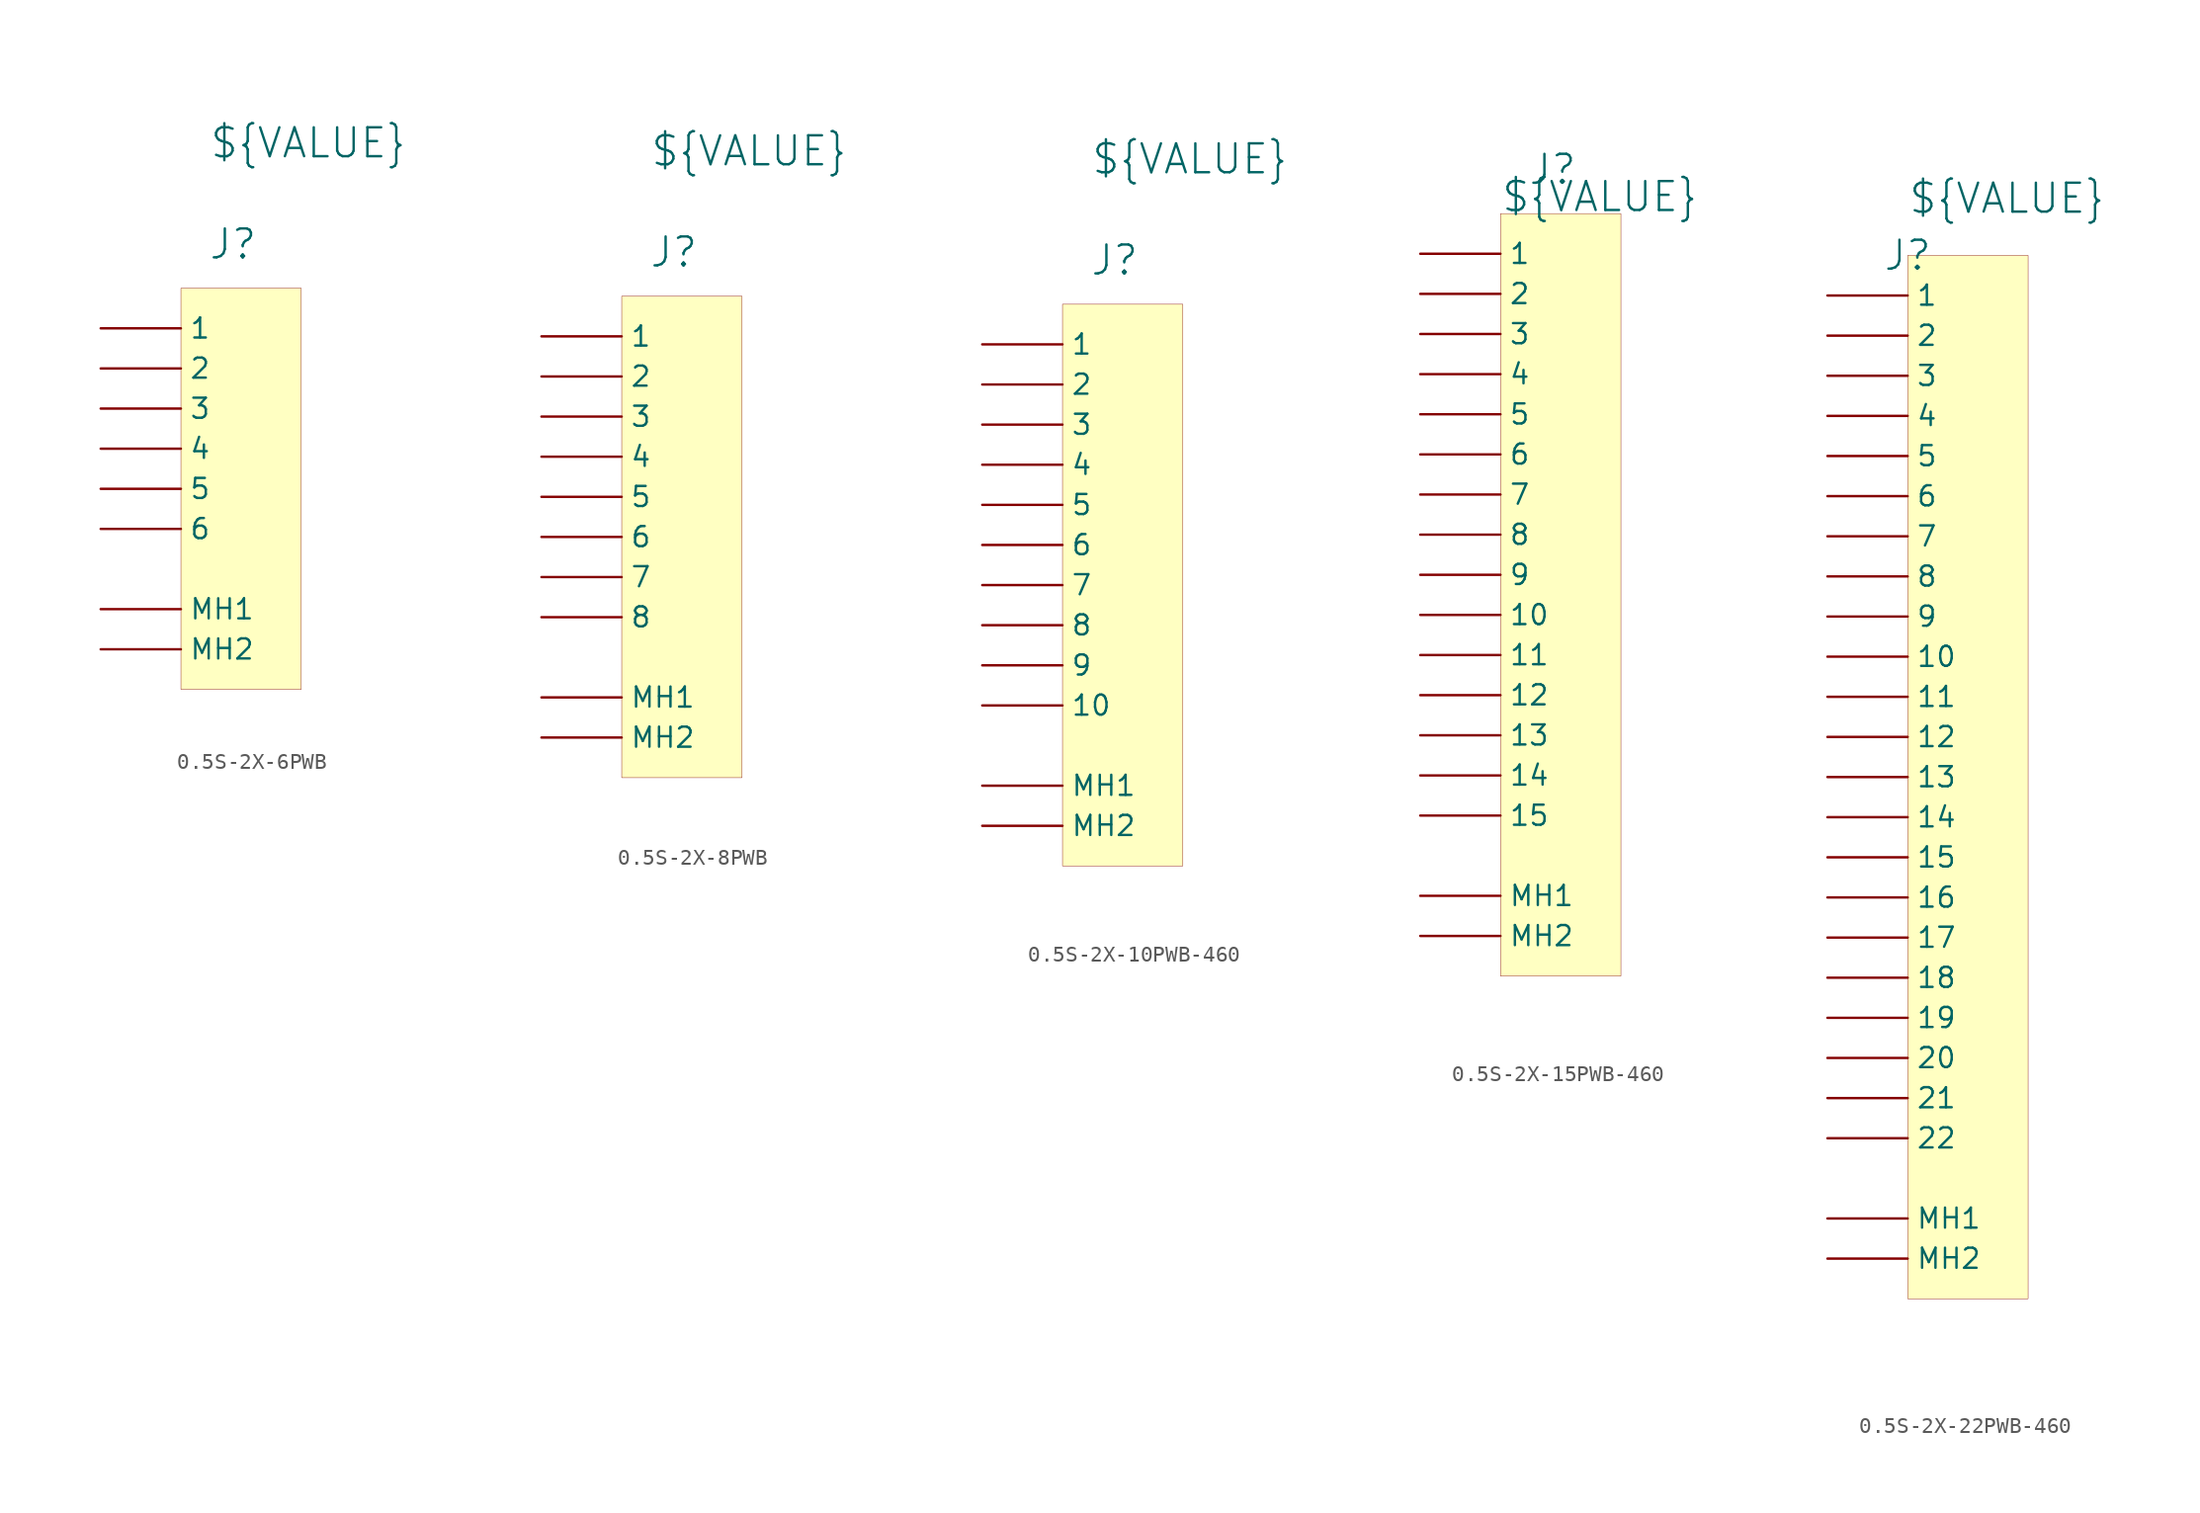
<source format=kicad_sym>
(kicad_symbol_lib
  (version 20241209)
  (generator "kicad_symbol_editor")
  (generator_version "9.0")
  (symbol "0.5S-2X-6PWB"
    (pin_numbers
      (hide yes))
    (property "Reference" "J"
      (at 3.302 2.794 0)
      (effects (font (size 1.829 1.829))))
    (property "Value" "${VALUE}"
      (at 1.778 8.128 0)
      (effects (font (size 1.829 1.829)) (justify left bottom)))
    (symbol "0.5S-2X-6PWB_1_0"
      (rectangle (start 7.62 0) (end 0 -25.4) (stroke (width 0.025) (type solid) (color 128 0 0 1)) (fill (type background)))
      (pin passive line (at -5.08 -2.54 0) (length 5.08) (name "1" (effects (font (size 1.27 1.27)))) (number "1" (effects (font (size 1.27 1.27)))))
      (pin passive line (at -5.08 -5.08 0) (length 5.08) (name "2" (effects (font (size 1.27 1.27)))) (number "2" (effects (font (size 1.27 1.27)))))
      (pin passive line (at -5.08 -7.62 0) (length 5.08) (name "3" (effects (font (size 1.27 1.27)))) (number "3" (effects (font (size 1.27 1.27)))))
      (pin passive line (at -5.08 -10.16 0) (length 5.08) (name "4" (effects (font (size 1.27 1.27)))) (number "4" (effects (font (size 1.27 1.27)))))
      (pin passive line (at -5.08 -12.7 0) (length 5.08) (name "5" (effects (font (size 1.27 1.27)))) (number "5" (effects (font (size 1.27 1.27)))))
      (pin passive line (at -5.08 -15.24 0) (length 5.08) (name "6" (effects (font (size 1.27 1.27)))) (number "6" (effects (font (size 1.27 1.27)))))
      (pin passive line (at -5.08 -20.32 0) (length 5.08) (name "MH1" (effects (font (size 1.27 1.27)))) (number "MH1" (effects (font (size 1.27 1.27)))))
      (pin passive line (at -5.08 -22.86 0) (length 5.08) (name "MH2" (effects (font (size 1.27 1.27)))) (number "MH2" (effects (font (size 1.27 1.27)))))))
  (symbol "0.5S-2X-8PWB"
    (pin_numbers
      (hide yes))
    (property "Reference" "J"
      (at 3.302 2.794 0)
      (effects (font (size 1.829 1.829))))
    (property "Value" "${VALUE}"
      (at 1.778 8.128 0)
      (effects (font (size 1.829 1.829)) (justify left bottom)))
    (symbol "0.5S-2X-8PWB_1_0"
      (rectangle (start 7.62 0) (end 0 -30.48) (stroke (width 0.025) (type solid) (color 128 0 0 1)) (fill (type background)))
      (pin passive line (at -5.08 -2.54 0) (length 5.08) (name "1" (effects (font (size 1.27 1.27)))) (number "1" (effects (font (size 1.27 1.27)))))
      (pin passive line (at -5.08 -5.08 0) (length 5.08) (name "2" (effects (font (size 1.27 1.27)))) (number "2" (effects (font (size 1.27 1.27)))))
      (pin passive line (at -5.08 -7.62 0) (length 5.08) (name "3" (effects (font (size 1.27 1.27)))) (number "3" (effects (font (size 1.27 1.27)))))
      (pin passive line (at -5.08 -10.16 0) (length 5.08) (name "4" (effects (font (size 1.27 1.27)))) (number "4" (effects (font (size 1.27 1.27)))))
      (pin passive line (at -5.08 -12.7 0) (length 5.08) (name "5" (effects (font (size 1.27 1.27)))) (number "5" (effects (font (size 1.27 1.27)))))
      (pin passive line (at -5.08 -15.24 0) (length 5.08) (name "6" (effects (font (size 1.27 1.27)))) (number "6" (effects (font (size 1.27 1.27)))))
      (pin passive line (at -5.08 -17.78 0) (length 5.08) (name "7" (effects (font (size 1.27 1.27)))) (number "7" (effects (font (size 1.27 1.27)))))
      (pin passive line (at -5.08 -20.32 0) (length 5.08) (name "8" (effects (font (size 1.27 1.27)))) (number "8" (effects (font (size 1.27 1.27)))))
      (pin passive line (at -5.08 -25.4 0) (length 5.08) (name "MH1" (effects (font (size 1.27 1.27)))) (number "MH1" (effects (font (size 1.27 1.27)))))
      (pin passive line (at -5.08 -27.94 0) (length 5.08) (name "MH2" (effects (font (size 1.27 1.27)))) (number "MH2" (effects (font (size 1.27 1.27)))))))
  (symbol "0.5S-2X-10PWB-460"
    (pin_numbers
      (hide yes))
    (property "Reference" "J"
      (at 3.302 2.794 0)
      (effects (font (size 1.829 1.829))))
    (property "Value" "${VALUE}"
      (at 1.778 8.128 0)
      (effects (font (size 1.829 1.829)) (justify left bottom)))
    (symbol "0.5S-2X-10PWB-460_1_0"
      (rectangle (start 7.62 0) (end 0 -35.56) (stroke (width 0.025) (type solid) (color 128 0 0 1)) (fill (type background)))
      (pin passive line (at -5.08 -2.54 0) (length 5.08) (name "1" (effects (font (size 1.27 1.27)))) (number "1" (effects (font (size 1.27 1.27)))))
      (pin passive line (at -5.08 -5.08 0) (length 5.08) (name "2" (effects (font (size 1.27 1.27)))) (number "2" (effects (font (size 1.27 1.27)))))
      (pin passive line (at -5.08 -7.62 0) (length 5.08) (name "3" (effects (font (size 1.27 1.27)))) (number "3" (effects (font (size 1.27 1.27)))))
      (pin passive line (at -5.08 -10.16 0) (length 5.08) (name "4" (effects (font (size 1.27 1.27)))) (number "4" (effects (font (size 1.27 1.27)))))
      (pin passive line (at -5.08 -12.7 0) (length 5.08) (name "5" (effects (font (size 1.27 1.27)))) (number "5" (effects (font (size 1.27 1.27)))))
      (pin passive line (at -5.08 -15.24 0) (length 5.08) (name "6" (effects (font (size 1.27 1.27)))) (number "6" (effects (font (size 1.27 1.27)))))
      (pin passive line (at -5.08 -17.78 0) (length 5.08) (name "7" (effects (font (size 1.27 1.27)))) (number "7" (effects (font (size 1.27 1.27)))))
      (pin passive line (at -5.08 -20.32 0) (length 5.08) (name "8" (effects (font (size 1.27 1.27)))) (number "8" (effects (font (size 1.27 1.27)))))
      (pin passive line (at -5.08 -22.86 0) (length 5.08) (name "9" (effects (font (size 1.27 1.27)))) (number "9" (effects (font (size 1.27 1.27)))))
      (pin passive line (at -5.08 -25.4 0) (length 5.08) (name "10" (effects (font (size 1.27 1.27)))) (number "10" (effects (font (size 1.27 1.27)))))
      (pin passive line (at -5.08 -30.48 0) (length 5.08) (name "MH1" (effects (font (size 1.27 1.27)))) (number "MH1" (effects (font (size 1.27 1.27)))))
      (pin passive line (at -5.08 -33.02 0) (length 5.08) (name "MH2" (effects (font (size 1.27 1.27)))) (number "MH2" (effects (font (size 1.27 1.27)))))))
  (symbol "0.5S-2X-15PWB-460"
    (pin_numbers
      (hide yes))
    (property "Reference" "J"
      (at 3.302 2.794 0)
      (effects (font (size 1.829 1.829))))
    (property "Value" "${VALUE}"
      (at 0 0 0)
      (effects (font (size 1.829 1.829)) (justify left bottom)))
    (symbol "0.5S-2X-15PWB-460_1_0"
      (rectangle (start 7.62 0) (end 0 -48.26) (stroke (width 0.025) (type solid) (color 128 0 0 1)) (fill (type background)))
      (pin passive line (at -5.08 -2.54 0) (length 5.08) (name "1" (effects (font (size 1.27 1.27)))) (number "1" (effects (font (size 1.27 1.27)))))
      (pin passive line (at -5.08 -5.08 0) (length 5.08) (name "2" (effects (font (size 1.27 1.27)))) (number "2" (effects (font (size 1.27 1.27)))))
      (pin passive line (at -5.08 -7.62 0) (length 5.08) (name "3" (effects (font (size 1.27 1.27)))) (number "3" (effects (font (size 1.27 1.27)))))
      (pin passive line (at -5.08 -10.16 0) (length 5.08) (name "4" (effects (font (size 1.27 1.27)))) (number "4" (effects (font (size 1.27 1.27)))))
      (pin passive line (at -5.08 -12.7 0) (length 5.08) (name "5" (effects (font (size 1.27 1.27)))) (number "5" (effects (font (size 1.27 1.27)))))
      (pin passive line (at -5.08 -15.24 0) (length 5.08) (name "6" (effects (font (size 1.27 1.27)))) (number "6" (effects (font (size 1.27 1.27)))))
      (pin passive line (at -5.08 -17.78 0) (length 5.08) (name "7" (effects (font (size 1.27 1.27)))) (number "7" (effects (font (size 1.27 1.27)))))
      (pin passive line (at -5.08 -20.32 0) (length 5.08) (name "8" (effects (font (size 1.27 1.27)))) (number "8" (effects (font (size 1.27 1.27)))))
      (pin passive line (at -5.08 -22.86 0) (length 5.08) (name "9" (effects (font (size 1.27 1.27)))) (number "9" (effects (font (size 1.27 1.27)))))
      (pin passive line (at -5.08 -25.4 0) (length 5.08) (name "10" (effects (font (size 1.27 1.27)))) (number "10" (effects (font (size 1.27 1.27)))))
      (pin passive line (at -5.08 -27.94 0) (length 5.08) (name "11" (effects (font (size 1.27 1.27)))) (number "11" (effects (font (size 1.27 1.27)))))
      (pin passive line (at -5.08 -30.48 0) (length 5.08) (name "12" (effects (font (size 1.27 1.27)))) (number "12" (effects (font (size 1.27 1.27)))))
      (pin passive line (at -5.08 -33.02 0) (length 5.08) (name "13" (effects (font (size 1.27 1.27)))) (number "13" (effects (font (size 1.27 1.27)))))
      (pin passive line (at -5.08 -35.56 0) (length 5.08) (name "14" (effects (font (size 1.27 1.27)))) (number "14" (effects (font (size 1.27 1.27)))))
      (pin passive line (at -5.08 -38.1 0) (length 5.08) (name "15" (effects (font (size 1.27 1.27)))) (number "15" (effects (font (size 1.27 1.27)))))
      (pin passive line (at -5.08 -43.18 0) (length 5.08) (name "MH1" (effects (font (size 1.27 1.27)))) (number "MH1" (effects (font (size 1.27 1.27)))))
      (pin passive line (at -5.08 -45.72 0) (length 5.08) (name "MH2" (effects (font (size 1.27 1.27)))) (number "MH2" (effects (font (size 1.27 1.27)))))))
  (symbol "0.5S-2X-22PWB-460"
    (pin_numbers
      (hide yes))
    (property "Reference" "J"
      (at 0 0 0)
      (effects (font (size 1.829 1.829))))
    (property "Value" "${VALUE}"
      (at 0 2.54 0)
      (effects (font (size 1.829 1.829)) (justify left bottom)))
    (symbol "0.5S-2X-22PWB-460_1_0"
      (rectangle (start 7.62 0) (end 0 -66.04) (stroke (width 0.025) (type solid) (color 128 0 0 1)) (fill (type background)))
      (pin passive line (at -5.08 -2.54 0) (length 5.08) (name "1" (effects (font (size 1.27 1.27)))) (number "1" (effects (font (size 1.27 1.27)))))
      (pin passive line (at -5.08 -5.08 0) (length 5.08) (name "2" (effects (font (size 1.27 1.27)))) (number "2" (effects (font (size 1.27 1.27)))))
      (pin passive line (at -5.08 -7.62 0) (length 5.08) (name "3" (effects (font (size 1.27 1.27)))) (number "3" (effects (font (size 1.27 1.27)))))
      (pin passive line (at -5.08 -10.16 0) (length 5.08) (name "4" (effects (font (size 1.27 1.27)))) (number "4" (effects (font (size 1.27 1.27)))))
      (pin passive line (at -5.08 -12.7 0) (length 5.08) (name "5" (effects (font (size 1.27 1.27)))) (number "5" (effects (font (size 1.27 1.27)))))
      (pin passive line (at -5.08 -15.24 0) (length 5.08) (name "6" (effects (font (size 1.27 1.27)))) (number "6" (effects (font (size 1.27 1.27)))))
      (pin passive line (at -5.08 -17.78 0) (length 5.08) (name "7" (effects (font (size 1.27 1.27)))) (number "7" (effects (font (size 1.27 1.27)))))
      (pin passive line (at -5.08 -20.32 0) (length 5.08) (name "8" (effects (font (size 1.27 1.27)))) (number "8" (effects (font (size 1.27 1.27)))))
      (pin passive line (at -5.08 -22.86 0) (length 5.08) (name "9" (effects (font (size 1.27 1.27)))) (number "9" (effects (font (size 1.27 1.27)))))
      (pin passive line (at -5.08 -25.4 0) (length 5.08) (name "10" (effects (font (size 1.27 1.27)))) (number "10" (effects (font (size 1.27 1.27)))))
      (pin passive line (at -5.08 -27.94 0) (length 5.08) (name "11" (effects (font (size 1.27 1.27)))) (number "11" (effects (font (size 1.27 1.27)))))
      (pin passive line (at -5.08 -30.48 0) (length 5.08) (name "12" (effects (font (size 1.27 1.27)))) (number "12" (effects (font (size 1.27 1.27)))))
      (pin passive line (at -5.08 -33.02 0) (length 5.08) (name "13" (effects (font (size 1.27 1.27)))) (number "13" (effects (font (size 1.27 1.27)))))
      (pin passive line (at -5.08 -35.56 0) (length 5.08) (name "14" (effects (font (size 1.27 1.27)))) (number "14" (effects (font (size 1.27 1.27)))))
      (pin passive line (at -5.08 -38.1 0) (length 5.08) (name "15" (effects (font (size 1.27 1.27)))) (number "15" (effects (font (size 1.27 1.27)))))
      (pin passive line (at -5.08 -40.64 0) (length 5.08) (name "16" (effects (font (size 1.27 1.27)))) (number "16" (effects (font (size 1.27 1.27)))))
      (pin passive line (at -5.08 -43.18 0) (length 5.08) (name "17" (effects (font (size 1.27 1.27)))) (number "17" (effects (font (size 1.27 1.27)))))
      (pin passive line (at -5.08 -45.72 0) (length 5.08) (name "18" (effects (font (size 1.27 1.27)))) (number "18" (effects (font (size 1.27 1.27)))))
      (pin passive line (at -5.08 -48.26 0) (length 5.08) (name "19" (effects (font (size 1.27 1.27)))) (number "19" (effects (font (size 1.27 1.27)))))
      (pin passive line (at -5.08 -50.8 0) (length 5.08) (name "20" (effects (font (size 1.27 1.27)))) (number "20" (effects (font (size 1.27 1.27)))))
      (pin passive line (at -5.08 -53.34 0) (length 5.08) (name "21" (effects (font (size 1.27 1.27)))) (number "21" (effects (font (size 1.27 1.27)))))
      (pin passive line (at -5.08 -55.88 0) (length 5.08) (name "22" (effects (font (size 1.27 1.27)))) (number "22" (effects (font (size 1.27 1.27)))))
      (pin passive line (at -5.08 -60.96 0) (length 5.08) (name "MH1" (effects (font (size 1.27 1.27)))) (number "MH1" (effects (font (size 1.27 1.27)))))
      (pin passive line (at -5.08 -63.5 0) (length 5.08) (name "MH2" (effects (font (size 1.27 1.27)))) (number "MH2" (effects (font (size 1.27 1.27))))))))
</source>
